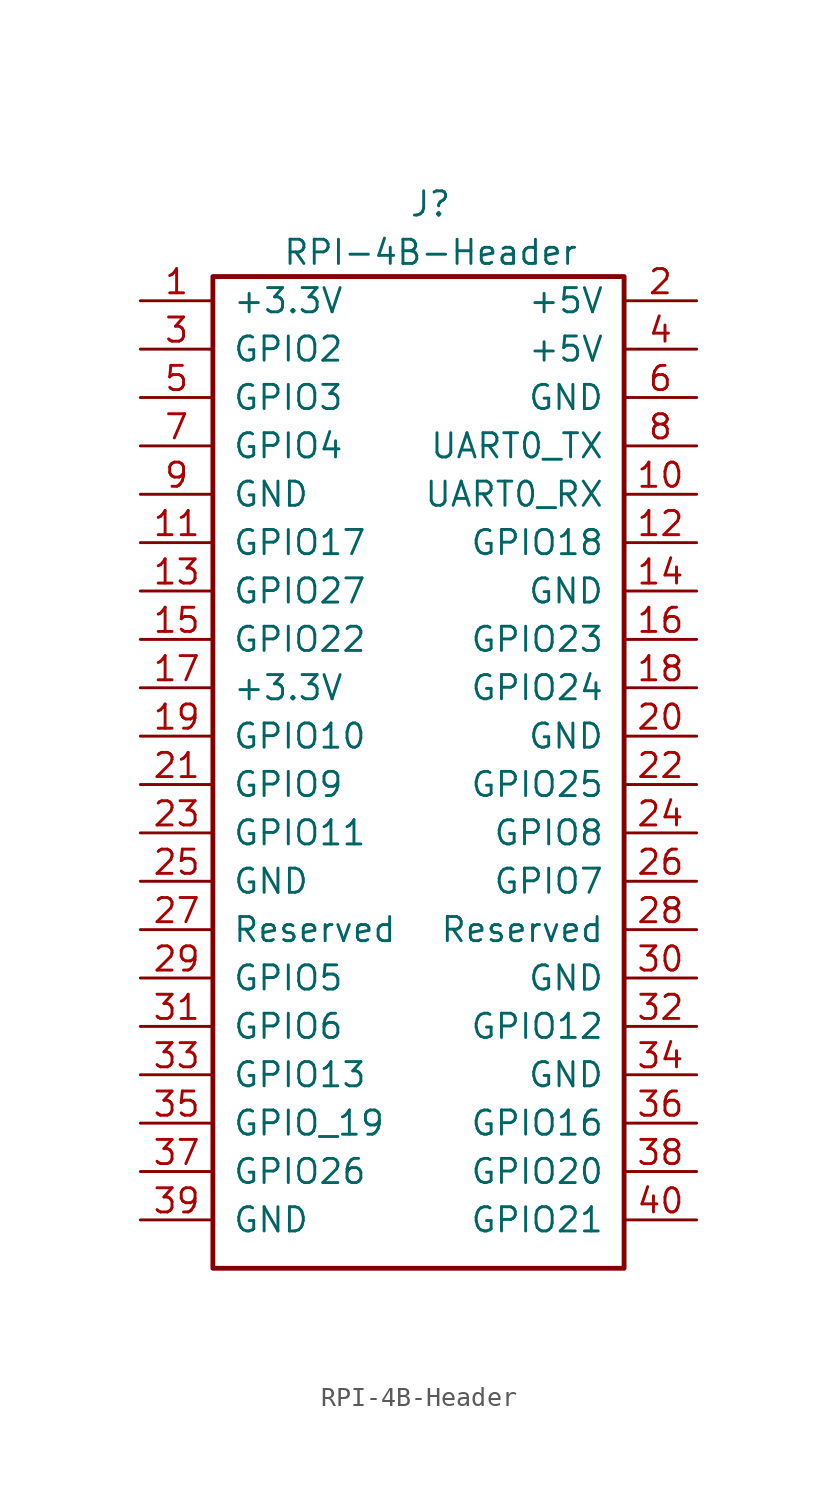
<source format=kicad_sym>
(kicad_symbol_lib
  (version 20211014)
  (generator kicad_symbol_editor)
  (symbol "RPI-4B-Header"
    (pin_names
      (offset 1.016))
    (property "Reference" "J"
      (at 0 27.94 0)
      (effects (font (size 1.27 1.27))))
    (property "Value" "RPI-4B-Header"
      (at 0 25.4 0)
      (effects (font (size 1.27 1.27))))
    (symbol "RPI-4B-Header_1_1"
      (rectangle (start -11.43 24.13) (end 10.16 -27.94) (stroke (width 0.254) (type default) (color 0 0 0 0)) (fill (type none)))
      (pin power_out line (at -15.24 22.86 0) (length 3.81) (name "+3.3V" (effects (font (size 1.27 1.27)))) (number "1" (effects (font (size 1.27 1.27)))))
      (pin passive line (at 13.97 12.7 180) (length 3.81) (name "UART0_RX" (effects (font (size 1.27 1.27)))) (number "10" (effects (font (size 1.27 1.27)))))
      (pin bidirectional line (at -15.24 10.16 0) (length 3.81) (name "GPIO17" (effects (font (size 1.27 1.27)))) (number "11" (effects (font (size 1.27 1.27)))))
      (pin bidirectional line (at 13.97 10.16 180) (length 3.81) (name "GPIO18" (effects (font (size 1.27 1.27)))) (number "12" (effects (font (size 1.27 1.27)))))
      (pin bidirectional line (at -15.24 7.62 0) (length 3.81) (name "GPIO27" (effects (font (size 1.27 1.27)))) (number "13" (effects (font (size 1.27 1.27)))))
      (pin power_in line (at 13.97 7.62 180) (length 3.81) (name "GND" (effects (font (size 1.27 1.27)))) (number "14" (effects (font (size 1.27 1.27)))))
      (pin bidirectional line (at -15.24 5.08 0) (length 3.81) (name "GPIO22" (effects (font (size 1.27 1.27)))) (number "15" (effects (font (size 1.27 1.27)))))
      (pin bidirectional line (at 13.97 5.08 180) (length 3.81) (name "GPIO23" (effects (font (size 1.27 1.27)))) (number "16" (effects (font (size 1.27 1.27)))))
      (pin power_out line (at -15.24 2.54 0) (length 3.81) (name "+3.3V" (effects (font (size 1.27 1.27)))) (number "17" (effects (font (size 1.27 1.27)))))
      (pin bidirectional line (at 13.97 2.54 180) (length 3.81) (name "GPIO24" (effects (font (size 1.27 1.27)))) (number "18" (effects (font (size 1.27 1.27)))))
      (pin bidirectional line (at -15.24 0 0) (length 3.81) (name "GPIO10" (effects (font (size 1.27 1.27)))) (number "19" (effects (font (size 1.27 1.27)))) (alternate "SPI0_MOSI" bidirectional line))
      (pin output line (at 13.97 22.86 180) (length 3.81) (name "+5V" (effects (font (size 1.27 1.27)))) (number "2" (effects (font (size 1.27 1.27)))))
      (pin power_in line (at 13.97 0 180) (length 3.81) (name "GND" (effects (font (size 1.27 1.27)))) (number "20" (effects (font (size 1.27 1.27)))))
      (pin bidirectional line (at -15.24 -2.54 0) (length 3.81) (name "GPIO9" (effects (font (size 1.27 1.27)))) (number "21" (effects (font (size 1.27 1.27)))) (alternate "SPI0_MISO" bidirectional line))
      (pin bidirectional line (at 13.97 -2.54 180) (length 3.81) (name "GPIO25" (effects (font (size 1.27 1.27)))) (number "22" (effects (font (size 1.27 1.27)))))
      (pin bidirectional line (at -15.24 -5.08 0) (length 3.81) (name "GPIO11" (effects (font (size 1.27 1.27)))) (number "23" (effects (font (size 1.27 1.27)))) (alternate "SPI0_SCLK" bidirectional line))
      (pin bidirectional line (at 13.97 -5.08 180) (length 3.81) (name "GPIO8" (effects (font (size 1.27 1.27)))) (number "24" (effects (font (size 1.27 1.27)))) (alternate "SPI0_CS0" passive line))
      (pin power_in line (at -15.24 -7.62 0) (length 3.81) (name "GND" (effects (font (size 1.27 1.27)))) (number "25" (effects (font (size 1.27 1.27)))))
      (pin bidirectional line (at 13.97 -7.62 180) (length 3.81) (name "GPIO7" (effects (font (size 1.27 1.27)))) (number "26" (effects (font (size 1.27 1.27)))) (alternate "SPIO_CS1" bidirectional line))
      (pin bidirectional line (at -15.24 -10.16 0) (length 3.81) (name "Reserved" (effects (font (size 1.27 1.27)))) (number "27" (effects (font (size 1.27 1.27)))))
      (pin bidirectional line (at 13.97 -10.16 180) (length 3.81) (name "Reserved" (effects (font (size 1.27 1.27)))) (number "28" (effects (font (size 1.27 1.27)))))
      (pin bidirectional line (at -15.24 -12.7 0) (length 3.81) (name "GPIO5" (effects (font (size 1.27 1.27)))) (number "29" (effects (font (size 1.27 1.27)))))
      (pin bidirectional line (at -15.24 20.32 0) (length 3.81) (name "GPIO2" (effects (font (size 1.27 1.27)))) (number "3" (effects (font (size 1.27 1.27)))) (alternate "I2C1_SDA" bidirectional line))
      (pin power_in line (at 13.97 -12.7 180) (length 3.81) (name "GND" (effects (font (size 1.27 1.27)))) (number "30" (effects (font (size 1.27 1.27)))))
      (pin bidirectional line (at -15.24 -15.24 0) (length 3.81) (name "GPIO6" (effects (font (size 1.27 1.27)))) (number "31" (effects (font (size 1.27 1.27)))))
      (pin bidirectional line (at 13.97 -15.24 180) (length 3.81) (name "GPIO12" (effects (font (size 1.27 1.27)))) (number "32" (effects (font (size 1.27 1.27)))))
      (pin bidirectional line (at -15.24 -17.78 0) (length 3.81) (name "GPIO13" (effects (font (size 1.27 1.27)))) (number "33" (effects (font (size 1.27 1.27)))))
      (pin power_in line (at 13.97 -17.78 180) (length 3.81) (name "GND" (effects (font (size 1.27 1.27)))) (number "34" (effects (font (size 1.27 1.27)))))
      (pin bidirectional line (at -15.24 -20.32 0) (length 3.81) (name "GPIO_19" (effects (font (size 1.27 1.27)))) (number "35" (effects (font (size 1.27 1.27)))) (alternate "SPI1_MISO" bidirectional line))
      (pin bidirectional line (at 13.97 -20.32 180) (length 3.81) (name "GPIO16" (effects (font (size 1.27 1.27)))) (number "36" (effects (font (size 1.27 1.27)))) (alternate "SPI1_CS0" bidirectional line))
      (pin bidirectional line (at -15.24 -22.86 0) (length 3.81) (name "GPIO26" (effects (font (size 1.27 1.27)))) (number "37" (effects (font (size 1.27 1.27)))))
      (pin bidirectional line (at 13.97 -22.86 180) (length 3.81) (name "GPIO20" (effects (font (size 1.27 1.27)))) (number "38" (effects (font (size 1.27 1.27)))) (alternate "SPI1_MOSI" bidirectional line))
      (pin power_in line (at -15.24 -25.4 0) (length 3.81) (name "GND" (effects (font (size 1.27 1.27)))) (number "39" (effects (font (size 1.27 1.27)))))
      (pin power_out line (at 13.97 20.32 180) (length 3.81) (name "+5V" (effects (font (size 1.27 1.27)))) (number "4" (effects (font (size 1.27 1.27)))))
      (pin bidirectional line (at 13.97 -25.4 180) (length 3.81) (name "GPIO21" (effects (font (size 1.27 1.27)))) (number "40" (effects (font (size 1.27 1.27)))) (alternate "SPI1_SCLK" bidirectional line))
      (pin bidirectional line (at -15.24 17.78 0) (length 3.81) (name "GPIO3" (effects (font (size 1.27 1.27)))) (number "5" (effects (font (size 1.27 1.27)))) (alternate "I2C1_SCL" bidirectional line))
      (pin power_in line (at 13.97 17.78 180) (length 3.81) (name "GND" (effects (font (size 1.27 1.27)))) (number "6" (effects (font (size 1.27 1.27)))))
      (pin bidirectional line (at -15.24 15.24 0) (length 3.81) (name "GPIO4" (effects (font (size 1.27 1.27)))) (number "7" (effects (font (size 1.27 1.27)))))
      (pin bidirectional line (at 13.97 15.24 180) (length 3.81) (name "UART0_TX" (effects (font (size 1.27 1.27)))) (number "8" (effects (font (size 1.27 1.27)))))
      (pin power_in line (at -15.24 12.7 0) (length 3.81) (name "GND" (effects (font (size 1.27 1.27)))) (number "9" (effects (font (size 1.27 1.27))))))))
</source>
